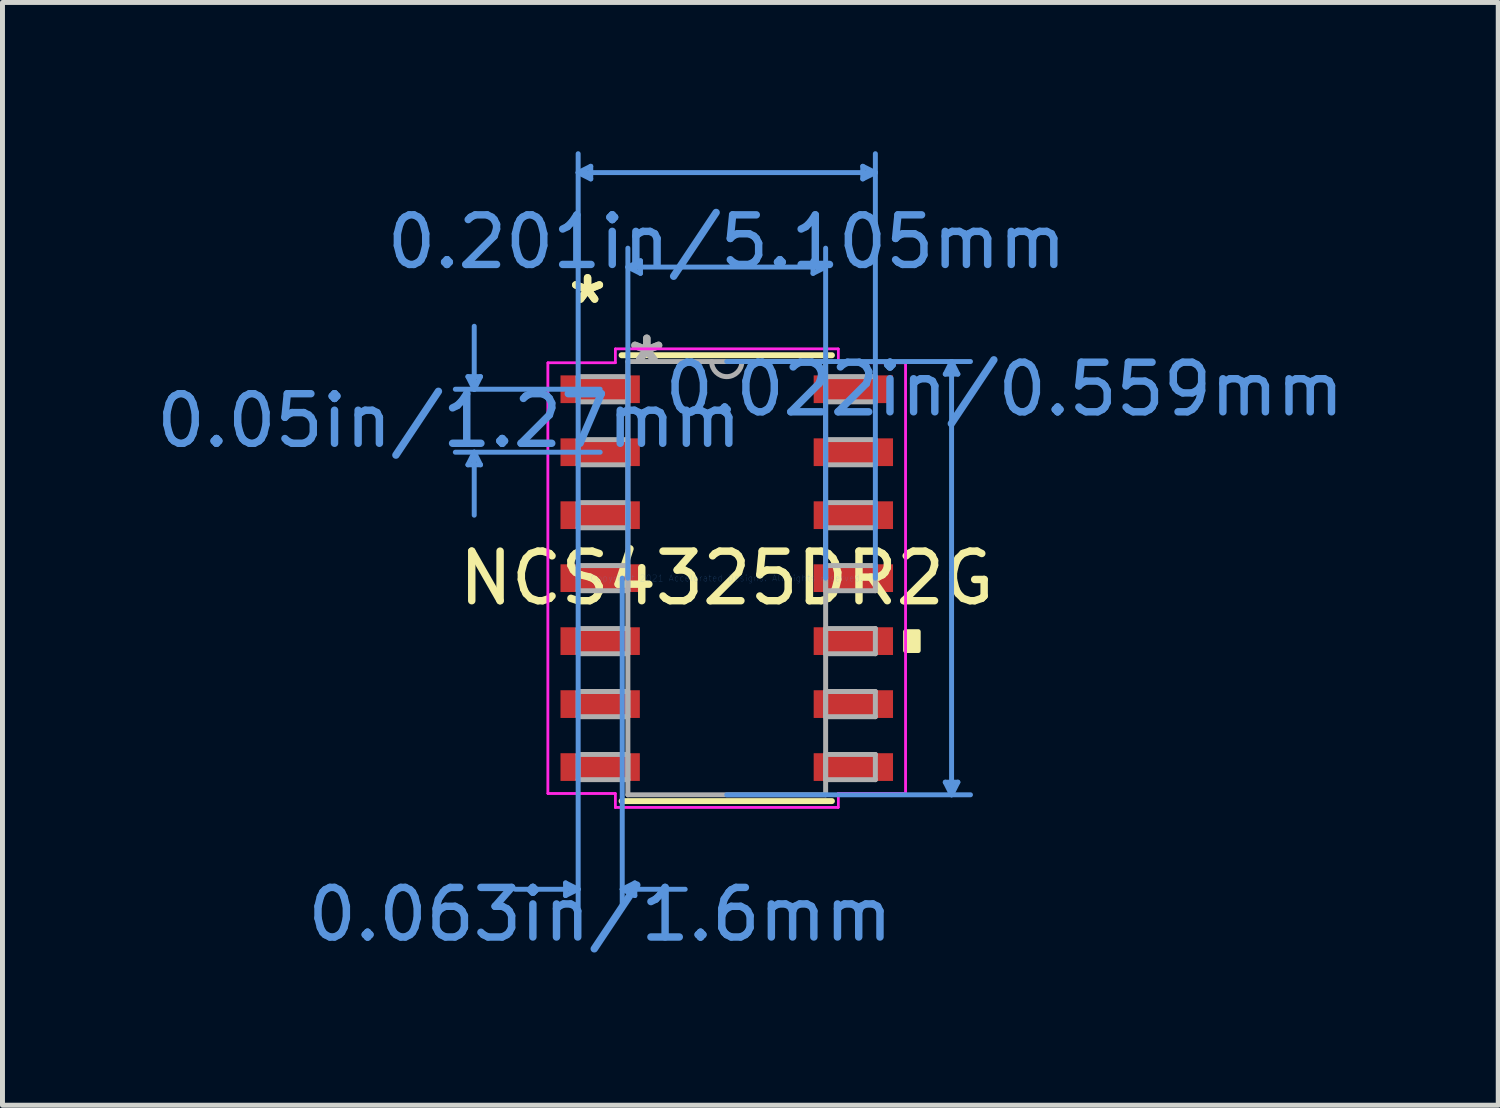
<source format=kicad_pcb>
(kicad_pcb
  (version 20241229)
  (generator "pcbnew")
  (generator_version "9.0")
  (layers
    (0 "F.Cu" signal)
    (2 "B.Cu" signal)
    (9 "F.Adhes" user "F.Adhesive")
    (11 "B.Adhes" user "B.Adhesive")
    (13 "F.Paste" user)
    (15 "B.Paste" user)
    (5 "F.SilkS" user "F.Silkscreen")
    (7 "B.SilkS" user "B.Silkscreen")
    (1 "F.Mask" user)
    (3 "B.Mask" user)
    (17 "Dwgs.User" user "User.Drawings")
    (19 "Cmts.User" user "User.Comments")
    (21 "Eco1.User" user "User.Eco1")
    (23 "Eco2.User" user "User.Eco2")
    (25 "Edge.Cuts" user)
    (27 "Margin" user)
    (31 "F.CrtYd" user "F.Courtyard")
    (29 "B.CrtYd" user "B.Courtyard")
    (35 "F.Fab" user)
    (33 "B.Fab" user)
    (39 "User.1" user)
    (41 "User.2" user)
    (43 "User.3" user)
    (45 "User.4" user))
  (footprint "NCS4325DR2G"
    (layer "F.Cu")
    (at 11.607 8.61)
    (property "Reference" "NCS4325DR2G" (at 0 0 0) (layer "F.SilkS") (effects (font (size 1 1) (thickness 0.15))))
    (attr through_hole)
    (fp_line (start -2.121 4.496) (end 2.121 4.496) (stroke (width 0.12) (type solid)) (layer "F.SilkS"))
    (fp_line (start 2.121 -4.496) (end -2.121 -4.496) (stroke (width 0.12) (type solid)) (layer "F.SilkS"))
    (fp_poly (pts (xy 3.861 1.079) (xy 3.861 1.46) (xy 3.607 1.46) (xy 3.607 1.079)) (stroke (width 0.1) (type solid)) (fill yes) (layer "F.SilkS"))
    (fp_line (start -5.22 -4.064) (end -4.966 -4.064) (stroke (width 0.1) (type solid)) (layer "Cmts.User"))
    (fp_line (start -5.22 -2.286) (end -4.966 -2.286) (stroke (width 0.1) (type solid)) (layer "Cmts.User"))
    (fp_line (start -5.093 -3.81) (end -5.22 -4.064) (stroke (width 0.1) (type solid)) (layer "Cmts.User"))
    (fp_line (start -5.093 -3.81) (end -5.093 -5.08) (stroke (width 0.1) (type solid)) (layer "Cmts.User"))
    (fp_line (start -5.093 -3.81) (end -4.966 -4.064) (stroke (width 0.1) (type solid)) (layer "Cmts.User"))
    (fp_line (start -5.093 -2.54) (end -5.22 -2.286) (stroke (width 0.1) (type solid)) (layer "Cmts.User"))
    (fp_line (start -5.093 -2.54) (end -5.093 -1.27) (stroke (width 0.1) (type solid)) (layer "Cmts.User"))
    (fp_line (start -5.093 -2.54) (end -4.966 -2.286) (stroke (width 0.1) (type solid)) (layer "Cmts.User"))
    (fp_line (start -3.251 6.147) (end -3.251 6.401) (stroke (width 0.1) (type solid)) (layer "Cmts.User"))
    (fp_line (start -2.997 -8.179) (end -2.743 -8.306) (stroke (width 0.1) (type solid)) (layer "Cmts.User"))
    (fp_line (start -2.997 -8.179) (end -2.743 -8.052) (stroke (width 0.1) (type solid)) (layer "Cmts.User"))
    (fp_line (start -2.997 -8.179) (end 2.997 -8.179) (stroke (width 0.1) (type solid)) (layer "Cmts.User"))
    (fp_line (start -2.997 0) (end -2.997 -8.56) (stroke (width 0.1) (type solid)) (layer "Cmts.User"))
    (fp_line (start -2.997 0) (end -2.997 6.655) (stroke (width 0.1) (type solid)) (layer "Cmts.User"))
    (fp_line (start -2.997 6.274) (end -4.267 6.274) (stroke (width 0.1) (type solid)) (layer "Cmts.User"))
    (fp_line (start -2.997 6.274) (end -3.251 6.147) (stroke (width 0.1) (type solid)) (layer "Cmts.User"))
    (fp_line (start -2.997 6.274) (end -3.251 6.401) (stroke (width 0.1) (type solid)) (layer "Cmts.User"))
    (fp_line (start -2.743 -8.306) (end -2.743 -8.052) (stroke (width 0.1) (type solid)) (layer "Cmts.User"))
    (fp_line (start -2.553 -3.81) (end -5.474 -3.81) (stroke (width 0.1) (type solid)) (layer "Cmts.User"))
    (fp_line (start -2.553 -2.54) (end -5.474 -2.54) (stroke (width 0.1) (type solid)) (layer "Cmts.User"))
    (fp_line (start -2.108 0) (end -2.108 6.655) (stroke (width 0.1) (type solid)) (layer "Cmts.User"))
    (fp_line (start -2.108 6.274) (end -1.854 6.147) (stroke (width 0.1) (type solid)) (layer "Cmts.User"))
    (fp_line (start -2.108 6.274) (end -1.854 6.401) (stroke (width 0.1) (type solid)) (layer "Cmts.User"))
    (fp_line (start -2.108 6.274) (end -0.838 6.274) (stroke (width 0.1) (type solid)) (layer "Cmts.User"))
    (fp_line (start -1.994 -6.274) (end -1.74 -6.401) (stroke (width 0.1) (type solid)) (layer "Cmts.User"))
    (fp_line (start -1.994 -6.274) (end -1.74 -6.147) (stroke (width 0.1) (type solid)) (layer "Cmts.User"))
    (fp_line (start -1.994 -6.274) (end 1.994 -6.274) (stroke (width 0.1) (type solid)) (layer "Cmts.User"))
    (fp_line (start -1.994 0) (end -1.994 -6.655) (stroke (width 0.1) (type solid)) (layer "Cmts.User"))
    (fp_line (start -1.854 6.147) (end -1.854 6.401) (stroke (width 0.1) (type solid)) (layer "Cmts.User"))
    (fp_line (start -1.74 -6.401) (end -1.74 -6.147) (stroke (width 0.1) (type solid)) (layer "Cmts.User"))
    (fp_line (start 0 -4.369) (end 4.915 -4.369) (stroke (width 0.1) (type solid)) (layer "Cmts.User"))
    (fp_line (start 0 4.369) (end 4.915 4.369) (stroke (width 0.1) (type solid)) (layer "Cmts.User"))
    (fp_line (start 1.74 -6.401) (end 1.74 -6.147) (stroke (width 0.1) (type solid)) (layer "Cmts.User"))
    (fp_line (start 1.994 -6.274) (end 1.74 -6.401) (stroke (width 0.1) (type solid)) (layer "Cmts.User"))
    (fp_line (start 1.994 -6.274) (end 1.74 -6.147) (stroke (width 0.1) (type solid)) (layer "Cmts.User"))
    (fp_line (start 1.994 0) (end 1.994 -6.655) (stroke (width 0.1) (type solid)) (layer "Cmts.User"))
    (fp_line (start 2.743 -8.306) (end 2.743 -8.052) (stroke (width 0.1) (type solid)) (layer "Cmts.User"))
    (fp_line (start 2.997 -8.179) (end 2.743 -8.306) (stroke (width 0.1) (type solid)) (layer "Cmts.User"))
    (fp_line (start 2.997 -8.179) (end 2.743 -8.052) (stroke (width 0.1) (type solid)) (layer "Cmts.User"))
    (fp_line (start 2.997 0) (end 2.997 -8.56) (stroke (width 0.1) (type solid)) (layer "Cmts.User"))
    (fp_line (start 4.407 -4.115) (end 4.661 -4.115) (stroke (width 0.1) (type solid)) (layer "Cmts.User"))
    (fp_line (start 4.407 4.115) (end 4.661 4.115) (stroke (width 0.1) (type solid)) (layer "Cmts.User"))
    (fp_line (start 4.534 -4.369) (end 4.407 -4.115) (stroke (width 0.1) (type solid)) (layer "Cmts.User"))
    (fp_line (start 4.534 -4.369) (end 4.534 4.369) (stroke (width 0.1) (type solid)) (layer "Cmts.User"))
    (fp_line (start 4.534 -4.369) (end 4.661 -4.115) (stroke (width 0.1) (type solid)) (layer "Cmts.User"))
    (fp_line (start 4.534 4.369) (end 4.407 4.115) (stroke (width 0.1) (type solid)) (layer "Cmts.User"))
    (fp_line (start 4.534 4.369) (end 4.661 4.115) (stroke (width 0.1) (type solid)) (layer "Cmts.User"))
    (fp_line (start -3.607 -4.343) (end -2.248 -4.343) (stroke (width 0.05) (type solid)) (layer "F.CrtYd"))
    (fp_line (start -3.607 -4.343) (end -2.248 -4.343) (stroke (width 0.05) (type solid)) (layer "F.CrtYd"))
    (fp_line (start -3.607 4.343) (end -3.607 -4.343) (stroke (width 0.05) (type solid)) (layer "F.CrtYd"))
    (fp_line (start -3.607 4.343) (end -3.607 -4.343) (stroke (width 0.05) (type solid)) (layer "F.CrtYd"))
    (fp_line (start -3.607 4.343) (end -2.248 4.343) (stroke (width 0.05) (type solid)) (layer "F.CrtYd"))
    (fp_line (start -2.248 -4.623) (end 2.248 -4.623) (stroke (width 0.05) (type solid)) (layer "F.CrtYd"))
    (fp_line (start -2.248 -4.623) (end 2.248 -4.623) (stroke (width 0.05) (type solid)) (layer "F.CrtYd"))
    (fp_line (start -2.248 -4.343) (end -2.248 -4.623) (stroke (width 0.05) (type solid)) (layer "F.CrtYd"))
    (fp_line (start -2.248 -4.343) (end -2.248 -4.623) (stroke (width 0.05) (type solid)) (layer "F.CrtYd"))
    (fp_line (start -2.248 4.343) (end -3.607 4.343) (stroke (width 0.05) (type solid)) (layer "F.CrtYd"))
    (fp_line (start -2.248 4.623) (end -2.248 4.343) (stroke (width 0.05) (type solid)) (layer "F.CrtYd"))
    (fp_line (start -2.248 4.623) (end -2.248 4.343) (stroke (width 0.05) (type solid)) (layer "F.CrtYd"))
    (fp_line (start 2.248 -4.623) (end 2.248 -4.343) (stroke (width 0.05) (type solid)) (layer "F.CrtYd"))
    (fp_line (start 2.248 -4.623) (end 2.248 -4.343) (stroke (width 0.05) (type solid)) (layer "F.CrtYd"))
    (fp_line (start 2.248 -4.343) (end 3.607 -4.343) (stroke (width 0.05) (type solid)) (layer "F.CrtYd"))
    (fp_line (start 2.248 4.343) (end 2.248 4.623) (stroke (width 0.05) (type solid)) (layer "F.CrtYd"))
    (fp_line (start 2.248 4.343) (end 2.248 4.623) (stroke (width 0.05) (type solid)) (layer "F.CrtYd"))
    (fp_line (start 2.248 4.623) (end -2.248 4.623) (stroke (width 0.05) (type solid)) (layer "F.CrtYd"))
    (fp_line (start 2.248 4.623) (end -2.248 4.623) (stroke (width 0.05) (type solid)) (layer "F.CrtYd"))
    (fp_line (start 3.607 -4.343) (end 2.248 -4.343) (stroke (width 0.05) (type solid)) (layer "F.CrtYd"))
    (fp_line (start 3.607 -4.343) (end 3.607 4.343) (stroke (width 0.05) (type solid)) (layer "F.CrtYd"))
    (fp_line (start 3.607 -4.343) (end 3.607 4.343) (stroke (width 0.05) (type solid)) (layer "F.CrtYd"))
    (fp_line (start 3.607 4.343) (end 2.248 4.343) (stroke (width 0.05) (type solid)) (layer "F.CrtYd"))
    (fp_line (start 3.607 4.343) (end 2.248 4.343) (stroke (width 0.05) (type solid)) (layer "F.CrtYd"))
    (fp_line (start -2.997 -4.064) (end -2.997 -3.556) (stroke (width 0.1) (type solid)) (layer "F.Fab"))
    (fp_line (start -2.997 -3.556) (end -1.994 -3.556) (stroke (width 0.1) (type solid)) (layer "F.Fab"))
    (fp_line (start -2.997 -2.794) (end -2.997 -2.286) (stroke (width 0.1) (type solid)) (layer "F.Fab"))
    (fp_line (start -2.997 -2.286) (end -1.994 -2.286) (stroke (width 0.1) (type solid)) (layer "F.Fab"))
    (fp_line (start -2.997 -1.524) (end -2.997 -1.016) (stroke (width 0.1) (type solid)) (layer "F.Fab"))
    (fp_line (start -2.997 -1.016) (end -1.994 -1.016) (stroke (width 0.1) (type solid)) (layer "F.Fab"))
    (fp_line (start -2.997 -0.254) (end -2.997 0.254) (stroke (width 0.1) (type solid)) (layer "F.Fab"))
    (fp_line (start -2.997 0.254) (end -1.994 0.254) (stroke (width 0.1) (type solid)) (layer "F.Fab"))
    (fp_line (start -2.997 1.016) (end -2.997 1.524) (stroke (width 0.1) (type solid)) (layer "F.Fab"))
    (fp_line (start -2.997 1.524) (end -1.994 1.524) (stroke (width 0.1) (type solid)) (layer "F.Fab"))
    (fp_line (start -2.997 2.286) (end -2.997 2.794) (stroke (width 0.1) (type solid)) (layer "F.Fab"))
    (fp_line (start -2.997 2.794) (end -1.994 2.794) (stroke (width 0.1) (type solid)) (layer "F.Fab"))
    (fp_line (start -2.997 3.556) (end -2.997 4.064) (stroke (width 0.1) (type solid)) (layer "F.Fab"))
    (fp_line (start -2.997 4.064) (end -1.994 4.064) (stroke (width 0.1) (type solid)) (layer "F.Fab"))
    (fp_line (start -1.994 -4.369) (end -1.994 4.369) (stroke (width 0.1) (type solid)) (layer "F.Fab"))
    (fp_line (start -1.994 -4.064) (end -2.997 -4.064) (stroke (width 0.1) (type solid)) (layer "F.Fab"))
    (fp_line (start -1.994 -3.556) (end -1.994 -4.064) (stroke (width 0.1) (type solid)) (layer "F.Fab"))
    (fp_line (start -1.994 -2.794) (end -2.997 -2.794) (stroke (width 0.1) (type solid)) (layer "F.Fab"))
    (fp_line (start -1.994 -2.286) (end -1.994 -2.794) (stroke (width 0.1) (type solid)) (layer "F.Fab"))
    (fp_line (start -1.994 -1.524) (end -2.997 -1.524) (stroke (width 0.1) (type solid)) (layer "F.Fab"))
    (fp_line (start -1.994 -1.016) (end -1.994 -1.524) (stroke (width 0.1) (type solid)) (layer "F.Fab"))
    (fp_line (start -1.994 -0.254) (end -2.997 -0.254) (stroke (width 0.1) (type solid)) (layer "F.Fab"))
    (fp_line (start -1.994 0.254) (end -1.994 -0.254) (stroke (width 0.1) (type solid)) (layer "F.Fab"))
    (fp_line (start -1.994 1.016) (end -2.997 1.016) (stroke (width 0.1) (type solid)) (layer "F.Fab"))
    (fp_line (start -1.994 1.524) (end -1.994 1.016) (stroke (width 0.1) (type solid)) (layer "F.Fab"))
    (fp_line (start -1.994 2.286) (end -2.997 2.286) (stroke (width 0.1) (type solid)) (layer "F.Fab"))
    (fp_line (start -1.994 2.794) (end -1.994 2.286) (stroke (width 0.1) (type solid)) (layer "F.Fab"))
    (fp_line (start -1.994 3.556) (end -2.997 3.556) (stroke (width 0.1) (type solid)) (layer "F.Fab"))
    (fp_line (start -1.994 4.064) (end -1.994 3.556) (stroke (width 0.1) (type solid)) (layer "F.Fab"))
    (fp_line (start -1.994 4.369) (end 1.994 4.369) (stroke (width 0.1) (type solid)) (layer "F.Fab"))
    (fp_line (start 1.994 -4.369) (end -1.994 -4.369) (stroke (width 0.1) (type solid)) (layer "F.Fab"))
    (fp_line (start 1.994 -4.064) (end 1.994 -3.556) (stroke (width 0.1) (type solid)) (layer "F.Fab"))
    (fp_line (start 1.994 -3.556) (end 2.997 -3.556) (stroke (width 0.1) (type solid)) (layer "F.Fab"))
    (fp_line (start 1.994 -2.794) (end 1.994 -2.286) (stroke (width 0.1) (type solid)) (layer "F.Fab"))
    (fp_line (start 1.994 -2.286) (end 2.997 -2.286) (stroke (width 0.1) (type solid)) (layer "F.Fab"))
    (fp_line (start 1.994 -1.524) (end 1.994 -1.016) (stroke (width 0.1) (type solid)) (layer "F.Fab"))
    (fp_line (start 1.994 -1.016) (end 2.997 -1.016) (stroke (width 0.1) (type solid)) (layer "F.Fab"))
    (fp_line (start 1.994 -0.254) (end 1.994 0.254) (stroke (width 0.1) (type solid)) (layer "F.Fab"))
    (fp_line (start 1.994 0.254) (end 2.997 0.254) (stroke (width 0.1) (type solid)) (layer "F.Fab"))
    (fp_line (start 1.994 1.016) (end 1.994 1.524) (stroke (width 0.1) (type solid)) (layer "F.Fab"))
    (fp_line (start 1.994 1.524) (end 2.997 1.524) (stroke (width 0.1) (type solid)) (layer "F.Fab"))
    (fp_line (start 1.994 2.286) (end 1.994 2.794) (stroke (width 0.1) (type solid)) (layer "F.Fab"))
    (fp_line (start 1.994 2.794) (end 2.997 2.794) (stroke (width 0.1) (type solid)) (layer "F.Fab"))
    (fp_line (start 1.994 3.556) (end 1.994 4.064) (stroke (width 0.1) (type solid)) (layer "F.Fab"))
    (fp_line (start 1.994 4.064) (end 2.997 4.064) (stroke (width 0.1) (type solid)) (layer "F.Fab"))
    (fp_line (start 1.994 4.369) (end 1.994 -4.369) (stroke (width 0.1) (type solid)) (layer "F.Fab"))
    (fp_line (start 2.997 -4.064) (end 1.994 -4.064) (stroke (width 0.1) (type solid)) (layer "F.Fab"))
    (fp_line (start 2.997 -3.556) (end 2.997 -4.064) (stroke (width 0.1) (type solid)) (layer "F.Fab"))
    (fp_line (start 2.997 -2.794) (end 1.994 -2.794) (stroke (width 0.1) (type solid)) (layer "F.Fab"))
    (fp_line (start 2.997 -2.286) (end 2.997 -2.794) (stroke (width 0.1) (type solid)) (layer "F.Fab"))
    (fp_line (start 2.997 -1.524) (end 1.994 -1.524) (stroke (width 0.1) (type solid)) (layer "F.Fab"))
    (fp_line (start 2.997 -1.016) (end 2.997 -1.524) (stroke (width 0.1) (type solid)) (layer "F.Fab"))
    (fp_line (start 2.997 -0.254) (end 1.994 -0.254) (stroke (width 0.1) (type solid)) (layer "F.Fab"))
    (fp_line (start 2.997 0.254) (end 2.997 -0.254) (stroke (width 0.1) (type solid)) (layer "F.Fab"))
    (fp_line (start 2.997 1.016) (end 1.994 1.016) (stroke (width 0.1) (type solid)) (layer "F.Fab"))
    (fp_line (start 2.997 1.524) (end 2.997 1.016) (stroke (width 0.1) (type solid)) (layer "F.Fab"))
    (fp_line (start 2.997 2.286) (end 1.994 2.286) (stroke (width 0.1) (type solid)) (layer "F.Fab"))
    (fp_line (start 2.997 2.794) (end 2.997 2.286) (stroke (width 0.1) (type solid)) (layer "F.Fab"))
    (fp_line (start 2.997 3.556) (end 1.994 3.556) (stroke (width 0.1) (type solid)) (layer "F.Fab"))
    (fp_line (start 2.997 4.064) (end 2.997 3.556) (stroke (width 0.1) (type solid)) (layer "F.Fab"))
    (fp_arc (start 0.3048 -4.3688) (mid 0 -4.064) (end -0.3048 -4.3688) (stroke (width 0.1) (type solid)) (layer "F.Fab"))
    (fp_text user "*" (at -2.807 -5.512 0) (layer "F.SilkS") (effects (font (size 1 1) (thickness 0.15))))
    (fp_text user "*" (at -2.807 -5.512 0) (layer "F.SilkS") (effects (font (size 1 1) (thickness 0.15))))
    (fp_text user "0.063in/1.6mm" (at -2.553 6.782 0) (layer "Cmts.User") (effects (font (size 1 1) (thickness 0.15))))
    (fp_text user "0.201in/5.105mm" (at 0 -6.782 0) (layer "Cmts.User") (effects (font (size 1 1) (thickness 0.15))))
    (fp_text user "Copyright 2021 Accelerated Designs. All rights reserved." (at 0 0 0) (layer "Cmts.User") (effects (font (size 0.127 0.127) (thickness 0.002))))
    (fp_text user "0.022in/0.559mm" (at 5.601 -3.81 0) (layer "Cmts.User") (effects (font (size 1 1) (thickness 0.15))))
    (fp_text user "0.05in/1.27mm" (at -5.601 -3.175 0) (layer "Cmts.User") (effects (font (size 1 1) (thickness 0.15))))
    (fp_text user "*" (at -1.613 -4.293 0) (layer "F.Fab") (effects (font (size 1 1) (thickness 0.15))))
    (fp_text user "*" (at -1.613 -4.293 0) (layer "F.Fab") (effects (font (size 1 1) (thickness 0.15))))
    (pad "1" smd rect (at -2.553 -3.81) (size 1.6 0.559) (layers "F.Cu" "F.Mask" "F.Paste"))
    (pad "2" smd rect (at -2.553 -2.54) (size 1.6 0.559) (layers "F.Cu" "F.Mask" "F.Paste"))
    (pad "3" smd rect (at -2.553 -1.27) (size 1.6 0.559) (layers "F.Cu" "F.Mask" "F.Paste"))
    (pad "4" smd rect (at -2.553 0) (size 1.6 0.559) (layers "F.Cu" "F.Mask" "F.Paste"))
    (pad "5" smd rect (at -2.553 1.27) (size 1.6 0.559) (layers "F.Cu" "F.Mask" "F.Paste"))
    (pad "6" smd rect (at -2.553 2.54) (size 1.6 0.559) (layers "F.Cu" "F.Mask" "F.Paste"))
    (pad "7" smd rect (at -2.553 3.81) (size 1.6 0.559) (layers "F.Cu" "F.Mask" "F.Paste"))
    (pad "8" smd rect (at 2.553 3.81) (size 1.6 0.559) (layers "F.Cu" "F.Mask" "F.Paste"))
    (pad "9" smd rect (at 2.553 2.54) (size 1.6 0.559) (layers "F.Cu" "F.Mask" "F.Paste"))
    (pad "10" smd rect (at 2.553 1.27) (size 1.6 0.559) (layers "F.Cu" "F.Mask" "F.Paste"))
    (pad "11" smd rect (at 2.553 0) (size 1.6 0.559) (layers "F.Cu" "F.Mask" "F.Paste"))
    (pad "12" smd rect (at 2.553 -1.27) (size 1.6 0.559) (layers "F.Cu" "F.Mask" "F.Paste"))
    (pad "13" smd rect (at 2.553 -2.54) (size 1.6 0.559) (layers "F.Cu" "F.Mask" "F.Paste"))
    (pad "14" smd rect (at 2.553 -3.81) (size 1.6 0.559) (layers "F.Cu" "F.Mask" "F.Paste")))
  (gr_rect
    (start -3 -3)
    (end 27.166 19.24)
    (stroke (width 0.1) (type default))
    (fill no)
    (layer "Edge.Cuts")))
</source>
